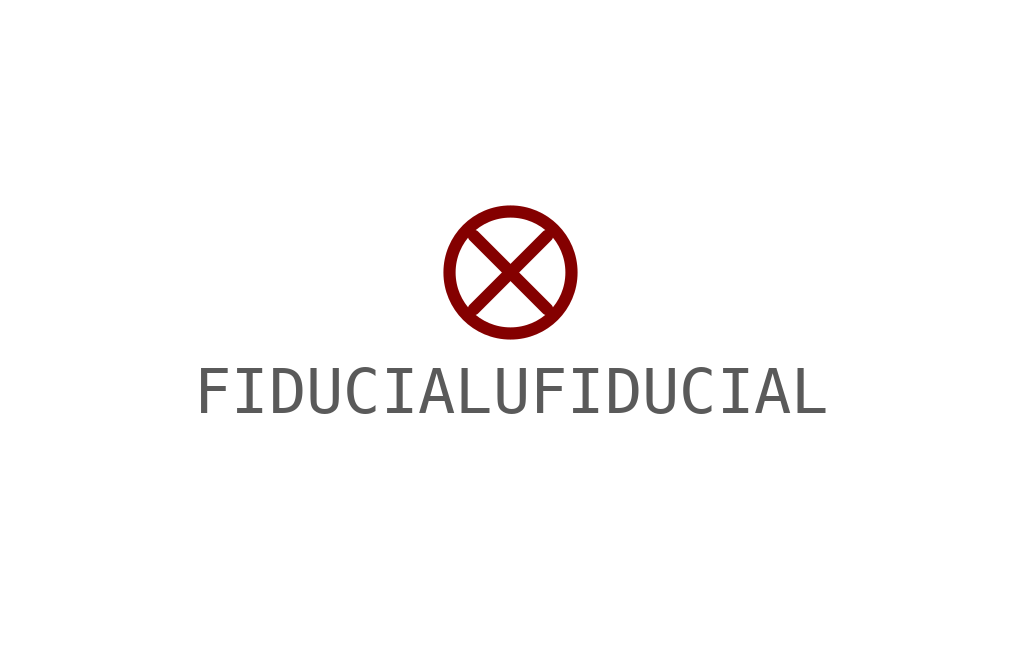
<source format=kicad_sym>
(kicad_symbol_lib
  (version 20220914)
  (generator kicad_symbol_editor)
  (symbol "FIDUCIALUFIDUCIAL"
    (property "Reference" "JP"
      (at 0 0 0)
      (effects (font (size 1.27 1.27)) hide))
    (property "ki_locked" ""
      (at 0 0 0)
      (effects (font (size 1.27 1.27))))
    (symbol "FIDUCIALUFIDUCIAL_1_0"
      (polyline (pts (xy -0.762 0.762) (xy 0.762 -0.762)) (stroke (width 0.254) (type solid)) (fill (type none)))
      (polyline (pts (xy 0.762 0.762) (xy -0.762 -0.762)) (stroke (width 0.254) (type solid)) (fill (type none)))
      (circle (center 0 0) (radius 1.27) (stroke (width 0.254) (type solid)) (fill (type none))))))
</source>
